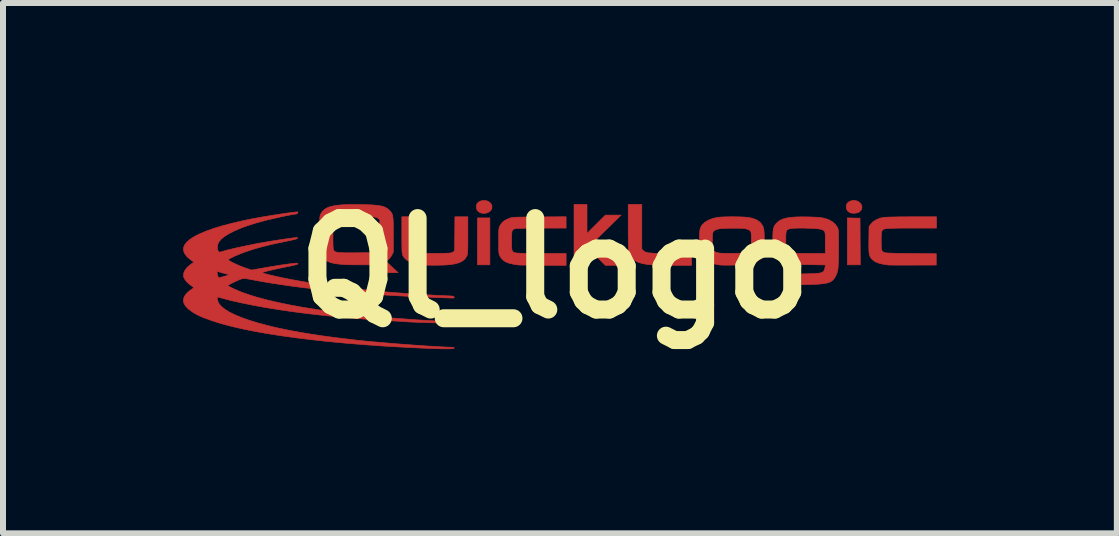
<source format=kicad_pcb>
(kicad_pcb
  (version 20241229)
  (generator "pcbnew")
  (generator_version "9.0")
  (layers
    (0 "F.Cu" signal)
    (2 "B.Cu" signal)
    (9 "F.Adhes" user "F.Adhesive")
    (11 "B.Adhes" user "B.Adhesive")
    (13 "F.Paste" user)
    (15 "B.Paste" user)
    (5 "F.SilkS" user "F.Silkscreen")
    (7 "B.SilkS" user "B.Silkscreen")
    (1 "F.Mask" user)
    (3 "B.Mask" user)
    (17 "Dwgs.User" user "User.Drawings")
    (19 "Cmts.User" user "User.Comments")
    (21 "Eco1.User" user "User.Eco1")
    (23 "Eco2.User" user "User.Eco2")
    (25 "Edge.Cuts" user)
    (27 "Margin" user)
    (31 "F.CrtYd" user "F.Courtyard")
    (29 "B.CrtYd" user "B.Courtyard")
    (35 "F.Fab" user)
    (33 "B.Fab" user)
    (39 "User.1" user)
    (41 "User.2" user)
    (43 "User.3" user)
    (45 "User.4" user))
  (footprint "Ql_logo"
    (layer "F.Cu")
    (at 5.944 0.668)
    (property "Reference" "Ql_logo" (at 0.25 0.75 0) (layer "F.SilkS") (effects (font (size 1.524 1.524) (thickness 0.3))))
    (attr through_hole)
    (fp_poly (pts (xy -0.832 0.694) (xy -1.039 0.694) (xy -1.039 -0.087) (xy -0.832 -0.087) (xy -0.832 0.694)) (stroke (width 0.01) (type solid)) (fill yes) (layer "F.Cu"))
    (fp_poly (pts (xy 5.229 -0.085) (xy 5.335 -0.083) (xy 5.337 0.305) (xy 5.34 0.694) (xy 5.123 0.694) (xy 5.123 -0.088) (xy 5.229 -0.085)) (stroke (width 0.01) (type solid)) (fill yes) (layer "F.Cu"))
    (fp_poly (pts (xy 0.786 0.171) (xy 0.939 0.018) (xy 1.092 -0.134) (xy 1.355 -0.134) (xy 1.148 0.068) (xy 0.941 0.27) (xy 1.158 0.487) (xy 1.374 0.703) (xy 1.092 0.703) (xy 0.939 0.55) (xy 0.786 0.397) (xy 0.786 0.703) (xy 0.57 0.703) (xy 0.57 -0.313) (xy 0.786 -0.313) (xy 0.786 0.171)) (stroke (width 0.01) (type solid)) (fill yes) (layer "F.Cu"))
    (fp_poly (pts (xy -0.882 -0.372) (xy -0.867 -0.366) (xy -0.828 -0.342) (xy -0.804 -0.307) (xy -0.797 -0.281) (xy -0.8 -0.244) (xy -0.817 -0.211) (xy -0.847 -0.186) (xy -0.885 -0.169) (xy -0.928 -0.162) (xy -0.974 -0.168) (xy -0.998 -0.176) (xy -1.023 -0.192) (xy -1.042 -0.211) (xy -1.054 -0.241) (xy -1.057 -0.278) (xy -1.051 -0.314) (xy -1.042 -0.331) (xy -1.014 -0.357) (xy -0.974 -0.373) (xy -0.928 -0.378) (xy -0.882 -0.372)) (stroke (width 0.01) (type solid)) (fill yes) (layer "F.Cu"))
    (fp_poly (pts (xy 5.291 -0.368) (xy 5.324 -0.348) (xy 5.349 -0.322) (xy 5.364 -0.291) (xy 5.368 -0.258) (xy 5.357 -0.224) (xy 5.331 -0.193) (xy 5.323 -0.186) (xy 5.293 -0.173) (xy 5.253 -0.166) (xy 5.211 -0.165) (xy 5.174 -0.172) (xy 5.165 -0.175) (xy 5.13 -0.201) (xy 5.11 -0.237) (xy 5.104 -0.273) (xy 5.111 -0.313) (xy 5.132 -0.343) (xy 5.164 -0.364) (xy 5.209 -0.378) (xy 5.252 -0.378) (xy 5.291 -0.368)) (stroke (width 0.01) (type solid)) (fill yes) (layer "F.Cu"))
    (fp_poly (pts (xy 1.699 0.432) (xy 1.725 0.458) (xy 1.739 0.469) (xy 1.755 0.479) (xy 1.777 0.487) (xy 1.806 0.493) (xy 1.843 0.497) (xy 1.891 0.501) (xy 1.951 0.503) (xy 2.024 0.505) (xy 2.113 0.505) (xy 2.2 0.505) (xy 2.527 0.505) (xy 2.527 0.703) (xy 2.214 0.702) (xy 2.105 0.701) (xy 2.008 0.699) (xy 1.924 0.697) (xy 1.856 0.693) (xy 1.804 0.689) (xy 1.796 0.688) (xy 1.709 0.673) (xy 1.639 0.652) (xy 1.582 0.622) (xy 1.538 0.584) (xy 1.537 0.583) (xy 1.522 0.566) (xy 1.51 0.549) (xy 1.5 0.53) (xy 1.492 0.509) (xy 1.485 0.482) (xy 1.481 0.448) (xy 1.477 0.405) (xy 1.475 0.352) (xy 1.474 0.286) (xy 1.473 0.205) (xy 1.473 0.108) (xy 1.473 0.066) (xy 1.473 -0.313) (xy 1.699 -0.313) (xy 1.699 0.432)) (stroke (width 0.01) (type solid)) (fill yes) (layer "F.Cu"))
    (fp_poly (pts (xy -2.083 0.175) (xy -2.083 0.255) (xy -2.083 0.319) (xy -2.082 0.369) (xy -2.081 0.405) (xy -2.079 0.431) (xy -2.077 0.449) (xy -2.073 0.46) (xy -2.069 0.468) (xy -2.067 0.47) (xy -2.052 0.481) (xy -2.032 0.489) (xy -2.006 0.495) (xy -1.97 0.5) (xy -1.924 0.503) (xy -1.864 0.504) (xy -1.789 0.504) (xy -1.719 0.504) (xy -1.644 0.503) (xy -1.586 0.502) (xy -1.542 0.5) (xy -1.509 0.499) (xy -1.486 0.496) (xy -1.47 0.493) (xy -1.459 0.489) (xy -1.449 0.483) (xy -1.446 0.481) (xy -1.42 0.461) (xy -1.417 0.177) (xy -1.415 -0.106) (xy -1.199 -0.106) (xy -1.199 0.202) (xy -1.199 0.287) (xy -1.199 0.356) (xy -1.2 0.41) (xy -1.201 0.452) (xy -1.203 0.484) (xy -1.205 0.507) (xy -1.208 0.525) (xy -1.212 0.538) (xy -1.216 0.548) (xy -1.244 0.592) (xy -1.284 0.628) (xy -1.337 0.656) (xy -1.405 0.676) (xy -1.479 0.689) (xy -1.53 0.694) (xy -1.595 0.698) (xy -1.669 0.7) (xy -1.747 0.701) (xy -1.824 0.701) (xy -1.896 0.699) (xy -1.957 0.696) (xy -1.994 0.692) (xy -2.083 0.676) (xy -2.157 0.65) (xy -2.217 0.616) (xy -2.261 0.574) (xy -2.282 0.539) (xy -2.286 0.527) (xy -2.29 0.513) (xy -2.293 0.494) (xy -2.296 0.47) (xy -2.297 0.437) (xy -2.298 0.393) (xy -2.299 0.336) (xy -2.299 0.265) (xy -2.299 0.197) (xy -2.299 -0.106) (xy -2.083 -0.106) (xy -2.083 0.175)) (stroke (width 0.01) (type solid)) (fill yes) (layer "F.Cu"))
    (fp_poly (pts (xy 6.609 0.082) (xy 6.204 0.082) (xy 6.084 0.082) (xy 5.982 0.083) (xy 5.899 0.085) (xy 5.834 0.086) (xy 5.788 0.089) (xy 5.761 0.092) (xy 5.757 0.093) (xy 5.733 0.1) (xy 5.715 0.11) (xy 5.702 0.124) (xy 5.694 0.146) (xy 5.69 0.18) (xy 5.688 0.226) (xy 5.688 0.284) (xy 5.688 0.335) (xy 5.689 0.381) (xy 5.691 0.418) (xy 5.693 0.442) (xy 5.694 0.447) (xy 5.705 0.466) (xy 5.727 0.484) (xy 5.729 0.485) (xy 5.737 0.488) (xy 5.749 0.492) (xy 5.766 0.494) (xy 5.789 0.497) (xy 5.82 0.499) (xy 5.862 0.5) (xy 5.915 0.502) (xy 5.981 0.503) (xy 6.063 0.504) (xy 6.161 0.505) (xy 6.181 0.505) (xy 6.605 0.51) (xy 6.605 0.698) (xy 6.219 0.699) (xy 6.135 0.699) (xy 6.055 0.699) (xy 5.983 0.699) (xy 5.92 0.699) (xy 5.868 0.698) (xy 5.831 0.698) (xy 5.809 0.697) (xy 5.805 0.697) (xy 5.725 0.685) (xy 5.662 0.671) (xy 5.611 0.654) (xy 5.572 0.633) (xy 5.54 0.606) (xy 5.533 0.599) (xy 5.517 0.58) (xy 5.504 0.561) (xy 5.495 0.539) (xy 5.488 0.512) (xy 5.484 0.477) (xy 5.482 0.432) (xy 5.481 0.373) (xy 5.482 0.3) (xy 5.482 0.273) (xy 5.485 0.056) (xy 5.515 0.015) (xy 5.552 -0.024) (xy 5.604 -0.057) (xy 5.665 -0.082) (xy 5.73 -0.097) (xy 5.753 -0.098) (xy 5.793 -0.1) (xy 5.847 -0.102) (xy 5.913 -0.103) (xy 5.988 -0.105) (xy 6.071 -0.105) (xy 6.158 -0.106) (xy 6.203 -0.106) (xy 6.609 -0.106) (xy 6.609 0.082)) (stroke (width 0.01) (type solid)) (fill yes) (layer "F.Cu"))
    (fp_poly (pts (xy 0.438 0.082) (xy 0.036 0.082) (xy -0.051 0.083) (xy -0.133 0.083) (xy -0.208 0.084) (xy -0.274 0.085) (xy -0.329 0.087) (xy -0.37 0.088) (xy -0.396 0.09) (xy -0.403 0.091) (xy -0.425 0.097) (xy -0.442 0.104) (xy -0.454 0.115) (xy -0.462 0.133) (xy -0.467 0.161) (xy -0.469 0.2) (xy -0.47 0.254) (xy -0.47 0.295) (xy -0.47 0.357) (xy -0.469 0.404) (xy -0.466 0.437) (xy -0.46 0.46) (xy -0.451 0.474) (xy -0.437 0.484) (xy -0.418 0.491) (xy -0.4 0.496) (xy -0.382 0.498) (xy -0.348 0.5) (xy -0.298 0.502) (xy -0.235 0.503) (xy -0.16 0.504) (xy -0.075 0.505) (xy 0.019 0.505) (xy 0.036 0.505) (xy 0.438 0.505) (xy 0.438 0.703) (xy 0.055 0.702) (xy -0.029 0.701) (xy -0.109 0.701) (xy -0.181 0.7) (xy -0.243 0.699) (xy -0.294 0.699) (xy -0.332 0.698) (xy -0.353 0.697) (xy -0.357 0.697) (xy -0.44 0.684) (xy -0.507 0.669) (xy -0.561 0.649) (xy -0.603 0.624) (xy -0.636 0.592) (xy -0.663 0.553) (xy -0.666 0.548) (xy -0.672 0.534) (xy -0.677 0.521) (xy -0.681 0.503) (xy -0.683 0.48) (xy -0.685 0.448) (xy -0.686 0.404) (xy -0.686 0.346) (xy -0.686 0.298) (xy -0.686 0.23) (xy -0.686 0.177) (xy -0.685 0.137) (xy -0.683 0.108) (xy -0.68 0.087) (xy -0.676 0.07) (xy -0.67 0.055) (xy -0.664 0.042) (xy -0.633 -0.005) (xy -0.591 -0.042) (xy -0.533 -0.071) (xy -0.513 -0.079) (xy -0.499 -0.084) (xy -0.484 -0.088) (xy -0.468 -0.092) (xy -0.45 -0.095) (xy -0.426 -0.097) (xy -0.395 -0.099) (xy -0.357 -0.1) (xy -0.307 -0.101) (xy -0.246 -0.102) (xy -0.171 -0.103) (xy -0.079 -0.104) (xy -0.006 -0.104) (xy 0.438 -0.107) (xy 0.438 0.082)) (stroke (width 0.01) (type solid)) (fill yes) (layer "F.Cu"))
    (fp_poly (pts (xy 3.311 -0.105) (xy 3.374 -0.103) (xy 3.428 -0.1) (xy 3.469 -0.096) (xy 3.473 -0.096) (xy 3.554 -0.078) (xy 3.622 -0.05) (xy 3.674 -0.01) (xy 3.711 0.039) (xy 3.727 0.079) (xy 3.733 0.109) (xy 3.737 0.153) (xy 3.739 0.206) (xy 3.74 0.264) (xy 3.74 0.326) (xy 3.738 0.386) (xy 3.735 0.441) (xy 3.731 0.488) (xy 3.725 0.522) (xy 3.72 0.539) (xy 3.681 0.59) (xy 3.626 0.633) (xy 3.557 0.666) (xy 3.506 0.682) (xy 3.482 0.686) (xy 3.442 0.689) (xy 3.391 0.693) (xy 3.332 0.695) (xy 3.268 0.698) (xy 3.203 0.699) (xy 3.141 0.7) (xy 3.084 0.7) (xy 3.037 0.699) (xy 3.003 0.697) (xy 2.997 0.697) (xy 2.9 0.678) (xy 2.82 0.651) (xy 2.755 0.615) (xy 2.707 0.569) (xy 2.682 0.531) (xy 2.674 0.513) (xy 2.668 0.497) (xy 2.663 0.478) (xy 2.661 0.455) (xy 2.659 0.422) (xy 2.658 0.378) (xy 2.658 0.319) (xy 2.658 0.307) (xy 2.658 0.299) (xy 2.875 0.299) (xy 2.875 0.359) (xy 2.877 0.404) (xy 2.882 0.435) (xy 2.891 0.456) (xy 2.906 0.471) (xy 2.927 0.481) (xy 2.955 0.49) (xy 2.975 0.495) (xy 3.001 0.499) (xy 3.034 0.501) (xy 3.079 0.503) (xy 3.137 0.503) (xy 3.21 0.503) (xy 3.218 0.503) (xy 3.288 0.502) (xy 3.342 0.501) (xy 3.382 0.5) (xy 3.412 0.498) (xy 3.433 0.495) (xy 3.45 0.491) (xy 3.463 0.485) (xy 3.473 0.48) (xy 3.498 0.464) (xy 3.515 0.449) (xy 3.518 0.444) (xy 3.52 0.429) (xy 3.522 0.4) (xy 3.523 0.359) (xy 3.524 0.311) (xy 3.524 0.288) (xy 3.524 0.233) (xy 3.523 0.194) (xy 3.521 0.168) (xy 3.518 0.15) (xy 3.513 0.138) (xy 3.505 0.129) (xy 3.502 0.126) (xy 3.483 0.111) (xy 3.455 0.1) (xy 3.418 0.091) (xy 3.369 0.086) (xy 3.306 0.084) (xy 3.228 0.084) (xy 3.18 0.084) (xy 3.11 0.086) (xy 3.056 0.088) (xy 3.015 0.091) (xy 2.985 0.095) (xy 2.961 0.101) (xy 2.947 0.105) (xy 2.921 0.116) (xy 2.902 0.127) (xy 2.889 0.143) (xy 2.881 0.166) (xy 2.877 0.198) (xy 2.875 0.244) (xy 2.875 0.299) (xy 2.658 0.299) (xy 2.659 0.234) (xy 2.661 0.176) (xy 2.665 0.131) (xy 2.671 0.096) (xy 2.681 0.069) (xy 2.693 0.045) (xy 2.705 0.028) (xy 2.75 -0.015) (xy 2.811 -0.051) (xy 2.884 -0.079) (xy 2.959 -0.096) (xy 2.994 -0.1) (xy 3.044 -0.103) (xy 3.105 -0.105) (xy 3.172 -0.106) (xy 3.242 -0.106) (xy 3.311 -0.105)) (stroke (width 0.01) (type solid)) (fill yes) (layer "F.Cu"))
    (fp_poly (pts (xy -2.981 -0.31) (xy -2.88 -0.307) (xy -2.796 -0.304) (xy -2.726 -0.298) (xy -2.669 -0.291) (xy -2.622 -0.281) (xy -2.584 -0.268) (xy -2.551 -0.251) (xy -2.524 -0.231) (xy -2.5 -0.208) (xy -2.484 -0.191) (xy -2.472 -0.174) (xy -2.462 -0.156) (xy -2.454 -0.135) (xy -2.449 -0.107) (xy -2.445 -0.072) (xy -2.442 -0.026) (xy -2.441 0.032) (xy -2.441 0.105) (xy -2.441 0.19) (xy -2.441 0.483) (xy -2.465 0.533) (xy -2.49 0.571) (xy -2.519 0.603) (xy -2.527 0.609) (xy -2.563 0.635) (xy -2.361 0.825) (xy -2.516 0.825) (xy -2.671 0.825) (xy -2.742 0.76) (xy -2.812 0.694) (xy -3.052 0.694) (xy -3.167 0.693) (xy -3.264 0.689) (xy -3.347 0.682) (xy -3.416 0.673) (xy -3.474 0.66) (xy -3.522 0.643) (xy -3.561 0.622) (xy -3.595 0.596) (xy -3.616 0.575) (xy -3.631 0.556) (xy -3.644 0.538) (xy -3.653 0.518) (xy -3.661 0.495) (xy -3.666 0.465) (xy -3.669 0.426) (xy -3.671 0.378) (xy -3.672 0.316) (xy -3.672 0.24) (xy -3.671 0.189) (xy -3.447 0.189) (xy -3.447 0.27) (xy -3.446 0.334) (xy -3.445 0.383) (xy -3.442 0.417) (xy -3.44 0.44) (xy -3.436 0.451) (xy -3.435 0.452) (xy -3.425 0.464) (xy -3.412 0.473) (xy -3.395 0.48) (xy -3.371 0.486) (xy -3.338 0.49) (xy -3.294 0.492) (xy -3.239 0.494) (xy -3.169 0.494) (xy -3.082 0.494) (xy -3.047 0.494) (xy -2.963 0.493) (xy -2.896 0.492) (xy -2.843 0.491) (xy -2.803 0.49) (xy -2.773 0.488) (xy -2.75 0.485) (xy -2.734 0.482) (xy -2.721 0.478) (xy -2.709 0.473) (xy -2.709 0.472) (xy -2.671 0.454) (xy -2.668 0.198) (xy -2.666 -0.057) (xy -2.69 -0.076) (xy -2.707 -0.087) (xy -2.728 -0.096) (xy -2.755 -0.103) (xy -2.791 -0.108) (xy -2.837 -0.111) (xy -2.896 -0.114) (xy -2.969 -0.115) (xy -3.059 -0.115) (xy -3.067 -0.115) (xy -3.156 -0.115) (xy -3.228 -0.114) (xy -3.286 -0.112) (xy -3.33 -0.109) (xy -3.365 -0.104) (xy -3.39 -0.098) (xy -3.41 -0.09) (xy -3.424 -0.079) (xy -3.428 -0.077) (xy -3.433 -0.07) (xy -3.438 -0.062) (xy -3.441 -0.051) (xy -3.444 -0.033) (xy -3.446 -0.007) (xy -3.446 0.031) (xy -3.447 0.081) (xy -3.447 0.146) (xy -3.447 0.189) (xy -3.671 0.189) (xy -3.671 0.167) (xy -3.67 0.085) (xy -3.669 0.021) (xy -3.668 -0.03) (xy -3.667 -0.068) (xy -3.665 -0.096) (xy -3.662 -0.117) (xy -3.659 -0.133) (xy -3.654 -0.146) (xy -3.648 -0.157) (xy -3.647 -0.16) (xy -3.624 -0.195) (xy -3.593 -0.225) (xy -3.555 -0.25) (xy -3.507 -0.271) (xy -3.448 -0.286) (xy -3.376 -0.298) (xy -3.291 -0.306) (xy -3.191 -0.31) (xy -3.075 -0.311) (xy -2.981 -0.31)) (stroke (width 0.01) (type solid)) (fill yes) (layer "F.Cu"))
    (fp_poly (pts (xy 4.472 -0.104) (xy 4.477 -0.104) (xy 4.557 -0.101) (xy 4.622 -0.098) (xy 4.675 -0.093) (xy 4.719 -0.086) (xy 4.758 -0.076) (xy 4.794 -0.064) (xy 4.827 -0.051) (xy 4.878 -0.02) (xy 4.924 0.021) (xy 4.957 0.067) (xy 4.962 0.078) (xy 4.967 0.089) (xy 4.97 0.103) (xy 4.973 0.122) (xy 4.975 0.147) (xy 4.976 0.181) (xy 4.977 0.225) (xy 4.977 0.283) (xy 4.977 0.356) (xy 4.977 0.421) (xy 4.977 0.517) (xy 4.976 0.598) (xy 4.974 0.663) (xy 4.971 0.717) (xy 4.967 0.76) (xy 4.961 0.796) (xy 4.953 0.826) (xy 4.943 0.853) (xy 4.93 0.879) (xy 4.92 0.898) (xy 4.898 0.931) (xy 4.873 0.957) (xy 4.842 0.977) (xy 4.803 0.993) (xy 4.754 1.004) (xy 4.692 1.012) (xy 4.616 1.018) (xy 4.547 1.02) (xy 4.361 1.026) (xy 4.361 0.846) (xy 4.514 0.842) (xy 4.585 0.84) (xy 4.64 0.835) (xy 4.68 0.828) (xy 4.709 0.817) (xy 4.729 0.801) (xy 4.741 0.778) (xy 4.749 0.749) (xy 4.752 0.733) (xy 4.758 0.696) (xy 4.468 0.691) (xy 4.38 0.69) (xy 4.309 0.688) (xy 4.252 0.686) (xy 4.208 0.683) (xy 4.173 0.68) (xy 4.146 0.676) (xy 4.125 0.672) (xy 4.122 0.671) (xy 4.047 0.646) (xy 3.99 0.618) (xy 3.949 0.587) (xy 3.928 0.567) (xy 3.913 0.548) (xy 3.901 0.527) (xy 3.894 0.501) (xy 3.889 0.468) (xy 3.886 0.424) (xy 3.884 0.366) (xy 3.883 0.325) (xy 3.883 0.294) (xy 4.098 0.294) (xy 4.098 0.351) (xy 4.099 0.393) (xy 4.1 0.421) (xy 4.103 0.44) (xy 4.107 0.452) (xy 4.114 0.46) (xy 4.116 0.463) (xy 4.131 0.474) (xy 4.15 0.483) (xy 4.175 0.49) (xy 4.208 0.496) (xy 4.25 0.5) (xy 4.305 0.502) (xy 4.374 0.504) (xy 4.459 0.505) (xy 4.49 0.505) (xy 4.756 0.505) (xy 4.756 0.323) (xy 4.756 0.258) (xy 4.756 0.21) (xy 4.754 0.174) (xy 4.749 0.15) (xy 4.742 0.134) (xy 4.731 0.123) (xy 4.716 0.114) (xy 4.695 0.106) (xy 4.689 0.104) (xy 4.665 0.098) (xy 4.625 0.093) (xy 4.574 0.089) (xy 4.514 0.086) (xy 4.449 0.084) (xy 4.384 0.082) (xy 4.321 0.082) (xy 4.264 0.084) (xy 4.216 0.086) (xy 4.181 0.09) (xy 4.175 0.091) (xy 4.149 0.098) (xy 4.129 0.106) (xy 4.115 0.119) (xy 4.106 0.139) (xy 4.101 0.169) (xy 4.098 0.211) (xy 4.098 0.268) (xy 4.098 0.294) (xy 3.883 0.294) (xy 3.882 0.246) (xy 3.883 0.183) (xy 3.886 0.133) (xy 3.891 0.094) (xy 3.901 0.063) (xy 3.913 0.037) (xy 3.931 0.014) (xy 3.946 -0.003) (xy 3.98 -0.032) (xy 4.019 -0.055) (xy 4.066 -0.074) (xy 4.121 -0.088) (xy 4.188 -0.097) (xy 4.267 -0.103) (xy 4.362 -0.105) (xy 4.472 -0.104)) (stroke (width 0.01) (type solid)) (fill yes) (layer "F.Cu"))
    (fp_poly (pts (xy -4.033 -0.187) (xy -4.033 -0.187) (xy -4.031 -0.174) (xy -4.04 -0.161) (xy -4.057 -0.153) (xy -4.061 -0.153) (xy -4.08 -0.151) (xy -4.115 -0.145) (xy -4.162 -0.136) (xy -4.219 -0.125) (xy -4.282 -0.112) (xy -4.349 -0.097) (xy -4.417 -0.082) (xy -4.482 -0.067) (xy -4.543 -0.053) (xy -4.592 -0.04) (xy -4.734 -0.001) (xy -4.864 0.04) (xy -4.982 0.083) (xy -5.085 0.128) (xy -5.174 0.172) (xy -5.247 0.217) (xy -5.304 0.262) (xy -5.342 0.306) (xy -5.344 0.307) (xy -5.366 0.353) (xy -5.374 0.401) (xy -5.368 0.444) (xy -5.362 0.457) (xy -5.347 0.479) (xy -5.331 0.483) (xy -5.33 0.483) (xy -5.21 0.449) (xy -5.073 0.416) (xy -4.922 0.383) (xy -4.761 0.35) (xy -4.591 0.319) (xy -4.416 0.29) (xy -4.238 0.263) (xy -4.195 0.257) (xy -4.137 0.249) (xy -4.095 0.244) (xy -4.066 0.241) (xy -4.049 0.24) (xy -4.039 0.242) (xy -4.036 0.245) (xy -4.035 0.25) (xy -4.041 0.256) (xy -4.06 0.264) (xy -4.092 0.273) (xy -4.14 0.284) (xy -4.205 0.298) (xy -4.233 0.304) (xy -4.374 0.333) (xy -4.499 0.361) (xy -4.611 0.389) (xy -4.713 0.417) (xy -4.808 0.445) (xy -4.898 0.476) (xy -4.919 0.483) (xy -4.97 0.502) (xy -5.022 0.524) (xy -5.073 0.545) (xy -5.118 0.566) (xy -5.155 0.585) (xy -5.181 0.599) (xy -5.192 0.608) (xy -5.186 0.616) (xy -5.167 0.63) (xy -5.135 0.648) (xy -5.094 0.668) (xy -5.047 0.69) (xy -4.997 0.712) (xy -4.945 0.732) (xy -4.897 0.75) (xy -4.895 0.75) (xy -4.804 0.781) (xy -4.608 0.747) (xy -4.528 0.733) (xy -4.462 0.722) (xy -4.405 0.713) (xy -4.353 0.704) (xy -4.3 0.696) (xy -4.242 0.688) (xy -4.177 0.679) (xy -4.121 0.672) (xy -4.081 0.668) (xy -4.055 0.666) (xy -4.039 0.668) (xy -4.032 0.672) (xy -4.03 0.678) (xy -4.038 0.684) (xy -4.063 0.693) (xy -4.105 0.703) (xy -4.165 0.716) (xy -4.207 0.725) (xy -4.284 0.74) (xy -4.358 0.756) (xy -4.428 0.772) (xy -4.491 0.786) (xy -4.544 0.799) (xy -4.586 0.81) (xy -4.614 0.819) (xy -4.625 0.824) (xy -4.62 0.829) (xy -4.597 0.837) (xy -4.56 0.847) (xy -4.511 0.86) (xy -4.451 0.874) (xy -4.382 0.89) (xy -4.307 0.906) (xy -4.244 0.919) (xy -4.041 0.958) (xy -3.821 0.995) (xy -3.587 1.03) (xy -3.34 1.063) (xy -3.083 1.094) (xy -2.819 1.122) (xy -2.548 1.147) (xy -2.328 1.164) (xy -2.26 1.169) (xy -2.184 1.174) (xy -2.102 1.18) (xy -2.017 1.185) (xy -1.931 1.19) (xy -1.848 1.195) (xy -1.768 1.2) (xy -1.696 1.204) (xy -1.633 1.207) (xy -1.582 1.209) (xy -1.546 1.211) (xy -1.533 1.211) (xy -1.482 1.213) (xy -1.449 1.217) (xy -1.43 1.225) (xy -1.425 1.236) (xy -1.432 1.246) (xy -1.446 1.248) (xy -1.468 1.248) (xy -1.506 1.246) (xy -1.558 1.245) (xy -1.62 1.242) (xy -1.691 1.24) (xy -1.767 1.237) (xy -1.845 1.233) (xy -1.924 1.23) (xy -1.999 1.227) (xy -2.07 1.224) (xy -2.132 1.221) (xy -2.149 1.221) (xy -2.383 1.209) (xy -2.62 1.195) (xy -2.858 1.178) (xy -3.095 1.16) (xy -3.327 1.139) (xy -3.553 1.118) (xy -3.77 1.094) (xy -3.975 1.07) (xy -4.165 1.045) (xy -4.294 1.026) (xy -4.38 1.013) (xy -4.451 1.002) (xy -4.51 0.993) (xy -4.559 0.985) (xy -4.604 0.977) (xy -4.646 0.97) (xy -4.689 0.962) (xy -4.736 0.953) (xy -4.741 0.952) (xy -4.806 0.94) (xy -4.855 0.931) (xy -4.892 0.925) (xy -4.919 0.922) (xy -4.94 0.922) (xy -4.958 0.925) (xy -4.974 0.93) (xy -4.994 0.937) (xy -4.997 0.939) (xy -5.036 0.955) (xy -5.078 0.974) (xy -5.118 0.994) (xy -5.154 1.012) (xy -5.18 1.027) (xy -5.195 1.037) (xy -5.197 1.04) (xy -5.189 1.047) (xy -5.167 1.06) (xy -5.136 1.076) (xy -5.105 1.091) (xy -4.989 1.142) (xy -4.855 1.19) (xy -4.703 1.237) (xy -4.534 1.282) (xy -4.348 1.325) (xy -4.147 1.366) (xy -3.931 1.405) (xy -3.701 1.442) (xy -3.456 1.476) (xy -3.198 1.508) (xy -2.927 1.538) (xy -2.644 1.565) (xy -2.349 1.589) (xy -2.044 1.611) (xy -1.728 1.629) (xy -1.721 1.63) (xy -1.651 1.634) (xy -1.586 1.637) (xy -1.53 1.641) (xy -1.485 1.644) (xy -1.452 1.647) (xy -1.436 1.649) (xy -1.435 1.649) (xy -1.427 1.657) (xy -1.431 1.663) (xy -1.442 1.664) (xy -1.469 1.665) (xy -1.51 1.665) (xy -1.564 1.665) (xy -1.627 1.664) (xy -1.698 1.662) (xy -1.774 1.66) (xy -1.852 1.658) (xy -1.931 1.655) (xy -2.009 1.653) (xy -2.083 1.65) (xy -2.15 1.647) (xy -2.209 1.644) (xy -2.257 1.641) (xy -2.285 1.639) (xy -2.313 1.637) (xy -2.355 1.634) (xy -2.408 1.631) (xy -2.467 1.628) (xy -2.52 1.625) (xy -2.793 1.608) (xy -3.063 1.588) (xy -3.329 1.565) (xy -3.589 1.539) (xy -3.843 1.51) (xy -4.088 1.479) (xy -4.324 1.445) (xy -4.549 1.409) (xy -4.761 1.371) (xy -4.959 1.331) (xy -5.142 1.29) (xy -5.307 1.247) (xy -5.356 1.233) (xy -5.37 1.23) (xy -5.375 1.236) (xy -5.375 1.253) (xy -5.373 1.267) (xy -5.364 1.3) (xy -5.348 1.335) (xy -5.343 1.343) (xy -5.303 1.39) (xy -5.244 1.437) (xy -5.168 1.484) (xy -5.075 1.529) (xy -4.966 1.574) (xy -4.841 1.618) (xy -4.701 1.661) (xy -4.547 1.703) (xy -4.379 1.743) (xy -4.199 1.781) (xy -4.006 1.817) (xy -3.801 1.851) (xy -3.585 1.883) (xy -3.359 1.913) (xy -3.33 1.916) (xy -3.274 1.923) (xy -3.223 1.929) (xy -3.18 1.934) (xy -3.149 1.938) (xy -3.137 1.94) (xy -3.076 1.947) (xy -3 1.955) (xy -2.911 1.964) (xy -2.812 1.974) (xy -2.703 1.983) (xy -2.588 1.993) (xy -2.468 2.003) (xy -2.346 2.013) (xy -2.223 2.022) (xy -2.101 2.031) (xy -1.984 2.039) (xy -1.872 2.047) (xy -1.768 2.053) (xy -1.674 2.059) (xy -1.592 2.063) (xy -1.524 2.066) (xy -1.472 2.067) (xy -1.462 2.067) (xy -1.436 2.069) (xy -1.425 2.077) (xy -1.425 2.081) (xy -1.43 2.086) (xy -1.448 2.09) (xy -1.479 2.093) (xy -1.523 2.094) (xy -1.582 2.094) (xy -1.656 2.093) (xy -1.747 2.09) (xy -1.854 2.086) (xy -1.98 2.081) (xy -1.994 2.08) (xy -2.321 2.064) (xy -2.639 2.045) (xy -2.947 2.023) (xy -3.243 1.999) (xy -3.528 1.972) (xy -3.8 1.942) (xy -4.059 1.911) (xy -4.303 1.877) (xy -4.534 1.841) (xy -4.749 1.803) (xy -4.948 1.763) (xy -5.131 1.721) (xy -5.297 1.677) (xy -5.444 1.631) (xy -5.477 1.62) (xy -5.557 1.591) (xy -5.623 1.566) (xy -5.678 1.542) (xy -5.726 1.517) (xy -5.772 1.49) (xy -5.798 1.473) (xy -5.861 1.425) (xy -5.906 1.377) (xy -5.932 1.329) (xy -5.939 1.28) (xy -5.927 1.232) (xy -5.923 1.223) (xy -5.901 1.191) (xy -5.869 1.156) (xy -5.831 1.123) (xy -5.795 1.097) (xy -5.786 1.092) (xy -5.77 1.08) (xy -5.767 1.071) (xy -5.767 1.071) (xy -5.779 1.062) (xy -5.801 1.046) (xy -5.826 1.028) (xy -5.873 0.988) (xy -5.909 0.945) (xy -5.932 0.902) (xy -5.936 0.886) (xy -5.935 0.841) (xy -5.931 0.829) (xy -5.376 0.829) (xy -5.373 0.851) (xy -5.366 0.876) (xy -5.358 0.898) (xy -5.35 0.909) (xy -5.349 0.91) (xy -5.338 0.907) (xy -5.313 0.901) (xy -5.278 0.892) (xy -5.259 0.887) (xy -5.212 0.873) (xy -5.183 0.863) (xy -5.17 0.857) (xy -5.174 0.854) (xy -5.184 0.853) (xy -5.202 0.851) (xy -5.231 0.844) (xy -5.268 0.834) (xy -5.282 0.83) (xy -5.324 0.818) (xy -5.351 0.81) (xy -5.366 0.808) (xy -5.373 0.812) (xy -5.376 0.82) (xy -5.376 0.829) (xy -5.931 0.829) (xy -5.917 0.793) (xy -5.884 0.746) (xy -5.835 0.701) (xy -5.807 0.68) (xy -5.763 0.65) (xy -5.824 0.605) (xy -5.88 0.557) (xy -5.917 0.508) (xy -5.936 0.46) (xy -5.937 0.412) (xy -5.919 0.364) (xy -5.883 0.317) (xy -5.829 0.27) (xy -5.757 0.223) (xy -5.667 0.178) (xy -5.56 0.133) (xy -5.435 0.088) (xy -5.293 0.045) (xy -5.133 0.003) (xy -4.957 -0.038) (xy -4.816 -0.068) (xy -4.757 -0.079) (xy -4.69 -0.091) (xy -4.617 -0.104) (xy -4.539 -0.117) (xy -4.46 -0.13) (xy -4.382 -0.142) (xy -4.306 -0.154) (xy -4.235 -0.164) (xy -4.171 -0.173) (xy -4.117 -0.18) (xy -4.075 -0.185) (xy -4.046 -0.188) (xy -4.033 -0.187)) (stroke (width 0.01) (type solid)) (fill yes) (layer "F.Cu"))
    (fp_poly (pts (xy -0.832 0.694) (xy -1.039 0.694) (xy -1.039 -0.087) (xy -0.832 -0.087) (xy -0.832 0.694)) (stroke (width 0.01) (type solid)) (fill yes) (layer "F.Mask"))
    (fp_poly (pts (xy 5.229 -0.085) (xy 5.335 -0.083) (xy 5.337 0.305) (xy 5.34 0.694) (xy 5.123 0.694) (xy 5.123 -0.088) (xy 5.229 -0.085)) (stroke (width 0.01) (type solid)) (fill yes) (layer "F.Mask"))
    (fp_poly (pts (xy 0.786 0.171) (xy 0.939 0.018) (xy 1.092 -0.134) (xy 1.355 -0.134) (xy 1.148 0.068) (xy 0.941 0.27) (xy 1.158 0.487) (xy 1.374 0.703) (xy 1.092 0.703) (xy 0.939 0.55) (xy 0.786 0.397) (xy 0.786 0.703) (xy 0.57 0.703) (xy 0.57 -0.313) (xy 0.786 -0.313) (xy 0.786 0.171)) (stroke (width 0.01) (type solid)) (fill yes) (layer "F.Mask"))
    (fp_poly (pts (xy -0.882 -0.372) (xy -0.867 -0.366) (xy -0.828 -0.342) (xy -0.804 -0.307) (xy -0.797 -0.281) (xy -0.8 -0.244) (xy -0.817 -0.211) (xy -0.847 -0.186) (xy -0.885 -0.169) (xy -0.928 -0.162) (xy -0.974 -0.168) (xy -0.998 -0.176) (xy -1.023 -0.192) (xy -1.042 -0.211) (xy -1.054 -0.241) (xy -1.057 -0.278) (xy -1.051 -0.314) (xy -1.042 -0.331) (xy -1.014 -0.357) (xy -0.974 -0.373) (xy -0.928 -0.378) (xy -0.882 -0.372)) (stroke (width 0.01) (type solid)) (fill yes) (layer "F.Mask"))
    (fp_poly (pts (xy 5.291 -0.368) (xy 5.324 -0.348) (xy 5.349 -0.322) (xy 5.364 -0.291) (xy 5.368 -0.258) (xy 5.357 -0.224) (xy 5.331 -0.193) (xy 5.323 -0.186) (xy 5.293 -0.173) (xy 5.253 -0.166) (xy 5.211 -0.165) (xy 5.174 -0.172) (xy 5.165 -0.175) (xy 5.13 -0.201) (xy 5.11 -0.237) (xy 5.104 -0.273) (xy 5.111 -0.313) (xy 5.132 -0.343) (xy 5.164 -0.364) (xy 5.209 -0.378) (xy 5.252 -0.378) (xy 5.291 -0.368)) (stroke (width 0.01) (type solid)) (fill yes) (layer "F.Mask"))
    (fp_poly (pts (xy 1.699 0.432) (xy 1.725 0.458) (xy 1.739 0.469) (xy 1.755 0.479) (xy 1.777 0.487) (xy 1.806 0.493) (xy 1.843 0.497) (xy 1.891 0.501) (xy 1.951 0.503) (xy 2.024 0.505) (xy 2.113 0.505) (xy 2.2 0.505) (xy 2.527 0.505) (xy 2.527 0.703) (xy 2.214 0.702) (xy 2.105 0.701) (xy 2.008 0.699) (xy 1.924 0.697) (xy 1.856 0.693) (xy 1.804 0.689) (xy 1.796 0.688) (xy 1.709 0.673) (xy 1.639 0.652) (xy 1.582 0.622) (xy 1.538 0.584) (xy 1.537 0.583) (xy 1.522 0.566) (xy 1.51 0.549) (xy 1.5 0.53) (xy 1.492 0.509) (xy 1.485 0.482) (xy 1.481 0.448) (xy 1.477 0.405) (xy 1.475 0.352) (xy 1.474 0.286) (xy 1.473 0.205) (xy 1.473 0.108) (xy 1.473 0.066) (xy 1.473 -0.313) (xy 1.699 -0.313) (xy 1.699 0.432)) (stroke (width 0.01) (type solid)) (fill yes) (layer "F.Mask"))
    (fp_poly (pts (xy -2.083 0.175) (xy -2.083 0.255) (xy -2.083 0.319) (xy -2.082 0.369) (xy -2.081 0.405) (xy -2.079 0.431) (xy -2.077 0.449) (xy -2.073 0.46) (xy -2.069 0.468) (xy -2.067 0.47) (xy -2.052 0.481) (xy -2.032 0.489) (xy -2.006 0.495) (xy -1.97 0.5) (xy -1.924 0.503) (xy -1.864 0.504) (xy -1.789 0.504) (xy -1.719 0.504) (xy -1.644 0.503) (xy -1.586 0.502) (xy -1.542 0.5) (xy -1.509 0.499) (xy -1.486 0.496) (xy -1.47 0.493) (xy -1.459 0.489) (xy -1.449 0.483) (xy -1.446 0.481) (xy -1.42 0.461) (xy -1.417 0.177) (xy -1.415 -0.106) (xy -1.199 -0.106) (xy -1.199 0.202) (xy -1.199 0.287) (xy -1.199 0.356) (xy -1.2 0.41) (xy -1.201 0.452) (xy -1.203 0.484) (xy -1.205 0.507) (xy -1.208 0.525) (xy -1.212 0.538) (xy -1.216 0.548) (xy -1.244 0.592) (xy -1.284 0.628) (xy -1.337 0.656) (xy -1.405 0.676) (xy -1.479 0.689) (xy -1.53 0.694) (xy -1.595 0.698) (xy -1.669 0.7) (xy -1.747 0.701) (xy -1.824 0.701) (xy -1.896 0.699) (xy -1.957 0.696) (xy -1.994 0.692) (xy -2.083 0.676) (xy -2.157 0.65) (xy -2.217 0.616) (xy -2.261 0.574) (xy -2.282 0.539) (xy -2.286 0.527) (xy -2.29 0.513) (xy -2.293 0.494) (xy -2.296 0.47) (xy -2.297 0.437) (xy -2.298 0.393) (xy -2.299 0.336) (xy -2.299 0.265) (xy -2.299 0.197) (xy -2.299 -0.106) (xy -2.083 -0.106) (xy -2.083 0.175)) (stroke (width 0.01) (type solid)) (fill yes) (layer "F.Mask"))
    (fp_poly (pts (xy 6.609 0.082) (xy 6.204 0.082) (xy 6.084 0.082) (xy 5.982 0.083) (xy 5.899 0.085) (xy 5.834 0.086) (xy 5.788 0.089) (xy 5.761 0.092) (xy 5.757 0.093) (xy 5.733 0.1) (xy 5.715 0.11) (xy 5.702 0.124) (xy 5.694 0.146) (xy 5.69 0.18) (xy 5.688 0.226) (xy 5.688 0.284) (xy 5.688 0.335) (xy 5.689 0.381) (xy 5.691 0.418) (xy 5.693 0.442) (xy 5.694 0.447) (xy 5.705 0.466) (xy 5.727 0.484) (xy 5.729 0.485) (xy 5.737 0.488) (xy 5.749 0.492) (xy 5.766 0.494) (xy 5.789 0.497) (xy 5.82 0.499) (xy 5.862 0.5) (xy 5.915 0.502) (xy 5.981 0.503) (xy 6.063 0.504) (xy 6.161 0.505) (xy 6.181 0.505) (xy 6.605 0.51) (xy 6.605 0.698) (xy 6.219 0.699) (xy 6.135 0.699) (xy 6.055 0.699) (xy 5.983 0.699) (xy 5.92 0.699) (xy 5.868 0.698) (xy 5.831 0.698) (xy 5.809 0.697) (xy 5.805 0.697) (xy 5.725 0.685) (xy 5.662 0.671) (xy 5.611 0.654) (xy 5.572 0.633) (xy 5.54 0.606) (xy 5.533 0.599) (xy 5.517 0.58) (xy 5.504 0.561) (xy 5.495 0.539) (xy 5.488 0.512) (xy 5.484 0.477) (xy 5.482 0.432) (xy 5.481 0.373) (xy 5.482 0.3) (xy 5.482 0.273) (xy 5.485 0.056) (xy 5.515 0.015) (xy 5.552 -0.024) (xy 5.604 -0.057) (xy 5.665 -0.082) (xy 5.73 -0.097) (xy 5.753 -0.098) (xy 5.793 -0.1) (xy 5.847 -0.102) (xy 5.913 -0.103) (xy 5.988 -0.105) (xy 6.071 -0.105) (xy 6.158 -0.106) (xy 6.203 -0.106) (xy 6.609 -0.106) (xy 6.609 0.082)) (stroke (width 0.01) (type solid)) (fill yes) (layer "F.Mask"))
    (fp_poly (pts (xy 0.438 0.082) (xy 0.036 0.082) (xy -0.051 0.083) (xy -0.133 0.083) (xy -0.208 0.084) (xy -0.274 0.085) (xy -0.329 0.087) (xy -0.37 0.088) (xy -0.396 0.09) (xy -0.403 0.091) (xy -0.425 0.097) (xy -0.442 0.104) (xy -0.454 0.115) (xy -0.462 0.133) (xy -0.467 0.161) (xy -0.469 0.2) (xy -0.47 0.254) (xy -0.47 0.295) (xy -0.47 0.357) (xy -0.469 0.404) (xy -0.466 0.437) (xy -0.46 0.46) (xy -0.451 0.474) (xy -0.437 0.484) (xy -0.418 0.491) (xy -0.4 0.496) (xy -0.382 0.498) (xy -0.348 0.5) (xy -0.298 0.502) (xy -0.235 0.503) (xy -0.16 0.504) (xy -0.075 0.505) (xy 0.019 0.505) (xy 0.036 0.505) (xy 0.438 0.505) (xy 0.438 0.703) (xy 0.055 0.702) (xy -0.029 0.701) (xy -0.109 0.701) (xy -0.181 0.7) (xy -0.243 0.699) (xy -0.294 0.699) (xy -0.332 0.698) (xy -0.353 0.697) (xy -0.357 0.697) (xy -0.44 0.684) (xy -0.507 0.669) (xy -0.561 0.649) (xy -0.603 0.624) (xy -0.636 0.592) (xy -0.663 0.553) (xy -0.666 0.548) (xy -0.672 0.534) (xy -0.677 0.521) (xy -0.681 0.503) (xy -0.683 0.48) (xy -0.685 0.448) (xy -0.686 0.404) (xy -0.686 0.346) (xy -0.686 0.298) (xy -0.686 0.23) (xy -0.686 0.177) (xy -0.685 0.137) (xy -0.683 0.108) (xy -0.68 0.087) (xy -0.676 0.07) (xy -0.67 0.055) (xy -0.664 0.042) (xy -0.633 -0.005) (xy -0.591 -0.042) (xy -0.533 -0.071) (xy -0.513 -0.079) (xy -0.499 -0.084) (xy -0.484 -0.088) (xy -0.468 -0.092) (xy -0.45 -0.095) (xy -0.426 -0.097) (xy -0.395 -0.099) (xy -0.357 -0.1) (xy -0.307 -0.101) (xy -0.246 -0.102) (xy -0.171 -0.103) (xy -0.079 -0.104) (xy -0.006 -0.104) (xy 0.438 -0.107) (xy 0.438 0.082)) (stroke (width 0.01) (type solid)) (fill yes) (layer "F.Mask"))
    (fp_poly (pts (xy 3.311 -0.105) (xy 3.374 -0.103) (xy 3.428 -0.1) (xy 3.469 -0.096) (xy 3.473 -0.096) (xy 3.554 -0.078) (xy 3.622 -0.05) (xy 3.674 -0.01) (xy 3.711 0.039) (xy 3.727 0.079) (xy 3.733 0.109) (xy 3.737 0.153) (xy 3.739 0.206) (xy 3.74 0.264) (xy 3.74 0.326) (xy 3.738 0.386) (xy 3.735 0.441) (xy 3.731 0.488) (xy 3.725 0.522) (xy 3.72 0.539) (xy 3.681 0.59) (xy 3.626 0.633) (xy 3.557 0.666) (xy 3.506 0.682) (xy 3.482 0.686) (xy 3.442 0.689) (xy 3.391 0.693) (xy 3.332 0.695) (xy 3.268 0.698) (xy 3.203 0.699) (xy 3.141 0.7) (xy 3.084 0.7) (xy 3.037 0.699) (xy 3.003 0.697) (xy 2.997 0.697) (xy 2.9 0.678) (xy 2.82 0.651) (xy 2.755 0.615) (xy 2.707 0.569) (xy 2.682 0.531) (xy 2.674 0.513) (xy 2.668 0.497) (xy 2.663 0.478) (xy 2.661 0.455) (xy 2.659 0.422) (xy 2.658 0.378) (xy 2.658 0.319) (xy 2.658 0.307) (xy 2.658 0.299) (xy 2.875 0.299) (xy 2.875 0.359) (xy 2.877 0.404) (xy 2.882 0.435) (xy 2.891 0.456) (xy 2.906 0.471) (xy 2.927 0.481) (xy 2.955 0.49) (xy 2.975 0.495) (xy 3.001 0.499) (xy 3.034 0.501) (xy 3.079 0.503) (xy 3.137 0.503) (xy 3.21 0.503) (xy 3.218 0.503) (xy 3.288 0.502) (xy 3.342 0.501) (xy 3.382 0.5) (xy 3.412 0.498) (xy 3.433 0.495) (xy 3.45 0.491) (xy 3.463 0.485) (xy 3.473 0.48) (xy 3.498 0.464) (xy 3.515 0.449) (xy 3.518 0.444) (xy 3.52 0.429) (xy 3.522 0.4) (xy 3.523 0.359) (xy 3.524 0.311) (xy 3.524 0.288) (xy 3.524 0.233) (xy 3.523 0.194) (xy 3.521 0.168) (xy 3.518 0.15) (xy 3.513 0.138) (xy 3.505 0.129) (xy 3.502 0.126) (xy 3.483 0.111) (xy 3.455 0.1) (xy 3.418 0.091) (xy 3.369 0.086) (xy 3.306 0.084) (xy 3.228 0.084) (xy 3.18 0.084) (xy 3.11 0.086) (xy 3.056 0.088) (xy 3.015 0.091) (xy 2.985 0.095) (xy 2.961 0.101) (xy 2.947 0.105) (xy 2.921 0.116) (xy 2.902 0.127) (xy 2.889 0.143) (xy 2.881 0.166) (xy 2.877 0.198) (xy 2.875 0.244) (xy 2.875 0.299) (xy 2.658 0.299) (xy 2.659 0.234) (xy 2.661 0.176) (xy 2.665 0.131) (xy 2.671 0.096) (xy 2.681 0.069) (xy 2.693 0.045) (xy 2.705 0.028) (xy 2.75 -0.015) (xy 2.811 -0.051) (xy 2.884 -0.079) (xy 2.959 -0.096) (xy 2.994 -0.1) (xy 3.044 -0.103) (xy 3.105 -0.105) (xy 3.172 -0.106) (xy 3.242 -0.106) (xy 3.311 -0.105)) (stroke (width 0.01) (type solid)) (fill yes) (layer "F.Mask"))
    (fp_poly (pts (xy -2.981 -0.31) (xy -2.88 -0.307) (xy -2.796 -0.304) (xy -2.726 -0.298) (xy -2.669 -0.291) (xy -2.622 -0.281) (xy -2.584 -0.268) (xy -2.551 -0.251) (xy -2.524 -0.231) (xy -2.5 -0.208) (xy -2.484 -0.191) (xy -2.472 -0.174) (xy -2.462 -0.156) (xy -2.454 -0.135) (xy -2.449 -0.107) (xy -2.445 -0.072) (xy -2.442 -0.026) (xy -2.441 0.032) (xy -2.441 0.105) (xy -2.441 0.19) (xy -2.441 0.483) (xy -2.465 0.533) (xy -2.49 0.571) (xy -2.519 0.603) (xy -2.527 0.609) (xy -2.563 0.635) (xy -2.361 0.825) (xy -2.516 0.825) (xy -2.671 0.825) (xy -2.742 0.76) (xy -2.812 0.694) (xy -3.052 0.694) (xy -3.167 0.693) (xy -3.264 0.689) (xy -3.347 0.682) (xy -3.416 0.673) (xy -3.474 0.66) (xy -3.522 0.643) (xy -3.561 0.622) (xy -3.595 0.596) (xy -3.616 0.575) (xy -3.631 0.556) (xy -3.644 0.538) (xy -3.653 0.518) (xy -3.661 0.495) (xy -3.666 0.465) (xy -3.669 0.426) (xy -3.671 0.378) (xy -3.672 0.316) (xy -3.672 0.24) (xy -3.671 0.189) (xy -3.447 0.189) (xy -3.447 0.27) (xy -3.446 0.334) (xy -3.445 0.383) (xy -3.442 0.417) (xy -3.44 0.44) (xy -3.436 0.451) (xy -3.435 0.452) (xy -3.425 0.464) (xy -3.412 0.473) (xy -3.395 0.48) (xy -3.371 0.486) (xy -3.338 0.49) (xy -3.294 0.492) (xy -3.239 0.494) (xy -3.169 0.494) (xy -3.082 0.494) (xy -3.047 0.494) (xy -2.963 0.493) (xy -2.896 0.492) (xy -2.843 0.491) (xy -2.803 0.49) (xy -2.773 0.488) (xy -2.75 0.485) (xy -2.734 0.482) (xy -2.721 0.478) (xy -2.709 0.473) (xy -2.709 0.472) (xy -2.671 0.454) (xy -2.668 0.198) (xy -2.666 -0.057) (xy -2.69 -0.076) (xy -2.707 -0.087) (xy -2.728 -0.096) (xy -2.755 -0.103) (xy -2.791 -0.108) (xy -2.837 -0.111) (xy -2.896 -0.114) (xy -2.969 -0.115) (xy -3.059 -0.115) (xy -3.067 -0.115) (xy -3.156 -0.115) (xy -3.228 -0.114) (xy -3.286 -0.112) (xy -3.33 -0.109) (xy -3.365 -0.104) (xy -3.39 -0.098) (xy -3.41 -0.09) (xy -3.424 -0.079) (xy -3.428 -0.077) (xy -3.433 -0.07) (xy -3.438 -0.062) (xy -3.441 -0.051) (xy -3.444 -0.033) (xy -3.446 -0.007) (xy -3.446 0.031) (xy -3.447 0.081) (xy -3.447 0.146) (xy -3.447 0.189) (xy -3.671 0.189) (xy -3.671 0.167) (xy -3.67 0.085) (xy -3.669 0.021) (xy -3.668 -0.03) (xy -3.667 -0.068) (xy -3.665 -0.096) (xy -3.662 -0.117) (xy -3.659 -0.133) (xy -3.654 -0.146) (xy -3.648 -0.157) (xy -3.647 -0.16) (xy -3.624 -0.195) (xy -3.593 -0.225) (xy -3.555 -0.25) (xy -3.507 -0.271) (xy -3.448 -0.286) (xy -3.376 -0.298) (xy -3.291 -0.306) (xy -3.191 -0.31) (xy -3.075 -0.311) (xy -2.981 -0.31)) (stroke (width 0.01) (type solid)) (fill yes) (layer "F.Mask"))
    (fp_poly (pts (xy 4.472 -0.104) (xy 4.477 -0.104) (xy 4.557 -0.101) (xy 4.622 -0.098) (xy 4.675 -0.093) (xy 4.719 -0.086) (xy 4.758 -0.076) (xy 4.794 -0.064) (xy 4.827 -0.051) (xy 4.878 -0.02) (xy 4.924 0.021) (xy 4.957 0.067) (xy 4.962 0.078) (xy 4.967 0.089) (xy 4.97 0.103) (xy 4.973 0.122) (xy 4.975 0.147) (xy 4.976 0.181) (xy 4.977 0.225) (xy 4.977 0.283) (xy 4.977 0.356) (xy 4.977 0.421) (xy 4.977 0.517) (xy 4.976 0.598) (xy 4.974 0.663) (xy 4.971 0.717) (xy 4.967 0.76) (xy 4.961 0.796) (xy 4.953 0.826) (xy 4.943 0.853) (xy 4.93 0.879) (xy 4.92 0.898) (xy 4.898 0.931) (xy 4.873 0.957) (xy 4.842 0.977) (xy 4.803 0.993) (xy 4.754 1.004) (xy 4.692 1.012) (xy 4.616 1.018) (xy 4.547 1.02) (xy 4.361 1.026) (xy 4.361 0.846) (xy 4.514 0.842) (xy 4.585 0.84) (xy 4.64 0.835) (xy 4.68 0.828) (xy 4.709 0.817) (xy 4.729 0.801) (xy 4.741 0.778) (xy 4.749 0.749) (xy 4.752 0.733) (xy 4.758 0.696) (xy 4.468 0.691) (xy 4.38 0.69) (xy 4.309 0.688) (xy 4.252 0.686) (xy 4.208 0.683) (xy 4.173 0.68) (xy 4.146 0.676) (xy 4.125 0.672) (xy 4.122 0.671) (xy 4.047 0.646) (xy 3.99 0.618) (xy 3.949 0.587) (xy 3.928 0.567) (xy 3.913 0.548) (xy 3.901 0.527) (xy 3.894 0.501) (xy 3.889 0.468) (xy 3.886 0.424) (xy 3.884 0.366) (xy 3.883 0.325) (xy 3.883 0.294) (xy 4.098 0.294) (xy 4.098 0.351) (xy 4.099 0.393) (xy 4.1 0.421) (xy 4.103 0.44) (xy 4.107 0.452) (xy 4.114 0.46) (xy 4.116 0.463) (xy 4.131 0.474) (xy 4.15 0.483) (xy 4.175 0.49) (xy 4.208 0.496) (xy 4.25 0.5) (xy 4.305 0.502) (xy 4.374 0.504) (xy 4.459 0.505) (xy 4.49 0.505) (xy 4.756 0.505) (xy 4.756 0.323) (xy 4.756 0.258) (xy 4.756 0.21) (xy 4.754 0.174) (xy 4.749 0.15) (xy 4.742 0.134) (xy 4.731 0.123) (xy 4.716 0.114) (xy 4.695 0.106) (xy 4.689 0.104) (xy 4.665 0.098) (xy 4.625 0.093) (xy 4.574 0.089) (xy 4.514 0.086) (xy 4.449 0.084) (xy 4.384 0.082) (xy 4.321 0.082) (xy 4.264 0.084) (xy 4.216 0.086) (xy 4.181 0.09) (xy 4.175 0.091) (xy 4.149 0.098) (xy 4.129 0.106) (xy 4.115 0.119) (xy 4.106 0.139) (xy 4.101 0.169) (xy 4.098 0.211) (xy 4.098 0.268) (xy 4.098 0.294) (xy 3.883 0.294) (xy 3.882 0.246) (xy 3.883 0.183) (xy 3.886 0.133) (xy 3.891 0.094) (xy 3.901 0.063) (xy 3.913 0.037) (xy 3.931 0.014) (xy 3.946 -0.003) (xy 3.98 -0.032) (xy 4.019 -0.055) (xy 4.066 -0.074) (xy 4.121 -0.088) (xy 4.188 -0.097) (xy 4.267 -0.103) (xy 4.362 -0.105) (xy 4.472 -0.104)) (stroke (width 0.01) (type solid)) (fill yes) (layer "F.Mask"))
    (fp_poly (pts (xy -4.033 -0.187) (xy -4.033 -0.187) (xy -4.031 -0.174) (xy -4.04 -0.161) (xy -4.057 -0.153) (xy -4.061 -0.153) (xy -4.08 -0.151) (xy -4.115 -0.145) (xy -4.162 -0.136) (xy -4.219 -0.125) (xy -4.282 -0.112) (xy -4.349 -0.097) (xy -4.417 -0.082) (xy -4.482 -0.067) (xy -4.543 -0.053) (xy -4.592 -0.04) (xy -4.734 -0.001) (xy -4.864 0.04) (xy -4.982 0.083) (xy -5.085 0.128) (xy -5.174 0.172) (xy -5.247 0.217) (xy -5.304 0.262) (xy -5.342 0.306) (xy -5.344 0.307) (xy -5.366 0.353) (xy -5.374 0.401) (xy -5.368 0.444) (xy -5.362 0.457) (xy -5.347 0.479) (xy -5.331 0.483) (xy -5.33 0.483) (xy -5.21 0.449) (xy -5.073 0.416) (xy -4.922 0.383) (xy -4.761 0.35) (xy -4.591 0.319) (xy -4.416 0.29) (xy -4.238 0.263) (xy -4.195 0.257) (xy -4.137 0.249) (xy -4.095 0.244) (xy -4.066 0.241) (xy -4.049 0.24) (xy -4.039 0.242) (xy -4.036 0.245) (xy -4.035 0.25) (xy -4.041 0.256) (xy -4.06 0.264) (xy -4.092 0.273) (xy -4.14 0.284) (xy -4.205 0.298) (xy -4.233 0.304) (xy -4.374 0.333) (xy -4.499 0.361) (xy -4.611 0.389) (xy -4.713 0.417) (xy -4.808 0.445) (xy -4.898 0.476) (xy -4.919 0.483) (xy -4.97 0.502) (xy -5.022 0.524) (xy -5.073 0.545) (xy -5.118 0.566) (xy -5.155 0.585) (xy -5.181 0.599) (xy -5.192 0.608) (xy -5.186 0.616) (xy -5.167 0.63) (xy -5.135 0.648) (xy -5.094 0.668) (xy -5.047 0.69) (xy -4.997 0.712) (xy -4.945 0.732) (xy -4.897 0.75) (xy -4.895 0.75) (xy -4.804 0.781) (xy -4.608 0.747) (xy -4.528 0.733) (xy -4.462 0.722) (xy -4.405 0.713) (xy -4.353 0.704) (xy -4.3 0.696) (xy -4.242 0.688) (xy -4.177 0.679) (xy -4.121 0.672) (xy -4.081 0.668) (xy -4.055 0.666) (xy -4.039 0.668) (xy -4.032 0.672) (xy -4.03 0.678) (xy -4.038 0.684) (xy -4.063 0.693) (xy -4.105 0.703) (xy -4.165 0.716) (xy -4.207 0.725) (xy -4.284 0.74) (xy -4.358 0.756) (xy -4.428 0.772) (xy -4.491 0.786) (xy -4.544 0.799) (xy -4.586 0.81) (xy -4.614 0.819) (xy -4.625 0.824) (xy -4.62 0.829) (xy -4.597 0.837) (xy -4.56 0.847) (xy -4.511 0.86) (xy -4.451 0.874) (xy -4.382 0.89) (xy -4.307 0.906) (xy -4.244 0.919) (xy -4.041 0.958) (xy -3.821 0.995) (xy -3.587 1.03) (xy -3.34 1.063) (xy -3.083 1.094) (xy -2.819 1.122) (xy -2.548 1.147) (xy -2.328 1.164) (xy -2.26 1.169) (xy -2.184 1.174) (xy -2.102 1.18) (xy -2.017 1.185) (xy -1.931 1.19) (xy -1.848 1.195) (xy -1.768 1.2) (xy -1.696 1.204) (xy -1.633 1.207) (xy -1.582 1.209) (xy -1.546 1.211) (xy -1.533 1.211) (xy -1.482 1.213) (xy -1.449 1.217) (xy -1.43 1.225) (xy -1.425 1.236) (xy -1.432 1.246) (xy -1.446 1.248) (xy -1.468 1.248) (xy -1.506 1.246) (xy -1.558 1.245) (xy -1.62 1.242) (xy -1.691 1.24) (xy -1.767 1.237) (xy -1.845 1.233) (xy -1.924 1.23) (xy -1.999 1.227) (xy -2.07 1.224) (xy -2.132 1.221) (xy -2.149 1.221) (xy -2.383 1.209) (xy -2.62 1.195) (xy -2.858 1.178) (xy -3.095 1.16) (xy -3.327 1.139) (xy -3.553 1.118) (xy -3.77 1.094) (xy -3.975 1.07) (xy -4.165 1.045) (xy -4.294 1.026) (xy -4.38 1.013) (xy -4.451 1.002) (xy -4.51 0.993) (xy -4.559 0.985) (xy -4.604 0.977) (xy -4.646 0.97) (xy -4.689 0.962) (xy -4.736 0.953) (xy -4.741 0.952) (xy -4.806 0.94) (xy -4.855 0.931) (xy -4.892 0.925) (xy -4.919 0.922) (xy -4.94 0.922) (xy -4.958 0.925) (xy -4.974 0.93) (xy -4.994 0.937) (xy -4.997 0.939) (xy -5.036 0.955) (xy -5.078 0.974) (xy -5.118 0.994) (xy -5.154 1.012) (xy -5.18 1.027) (xy -5.195 1.037) (xy -5.197 1.04) (xy -5.189 1.047) (xy -5.167 1.06) (xy -5.136 1.076) (xy -5.105 1.091) (xy -4.989 1.142) (xy -4.855 1.19) (xy -4.703 1.237) (xy -4.534 1.282) (xy -4.348 1.325) (xy -4.147 1.366) (xy -3.931 1.405) (xy -3.701 1.442) (xy -3.456 1.476) (xy -3.198 1.508) (xy -2.927 1.538) (xy -2.644 1.565) (xy -2.349 1.589) (xy -2.044 1.611) (xy -1.728 1.629) (xy -1.721 1.63) (xy -1.651 1.634) (xy -1.586 1.637) (xy -1.53 1.641) (xy -1.485 1.644) (xy -1.452 1.647) (xy -1.436 1.649) (xy -1.435 1.649) (xy -1.427 1.657) (xy -1.431 1.663) (xy -1.442 1.664) (xy -1.469 1.665) (xy -1.51 1.665) (xy -1.564 1.665) (xy -1.627 1.664) (xy -1.698 1.662) (xy -1.774 1.66) (xy -1.852 1.658) (xy -1.931 1.655) (xy -2.009 1.653) (xy -2.083 1.65) (xy -2.15 1.647) (xy -2.209 1.644) (xy -2.257 1.641) (xy -2.285 1.639) (xy -2.313 1.637) (xy -2.355 1.634) (xy -2.408 1.631) (xy -2.467 1.628) (xy -2.52 1.625) (xy -2.793 1.608) (xy -3.063 1.588) (xy -3.329 1.565) (xy -3.589 1.539) (xy -3.843 1.51) (xy -4.088 1.479) (xy -4.324 1.445) (xy -4.549 1.409) (xy -4.761 1.371) (xy -4.959 1.331) (xy -5.142 1.29) (xy -5.307 1.247) (xy -5.356 1.233) (xy -5.37 1.23) (xy -5.375 1.236) (xy -5.375 1.253) (xy -5.373 1.267) (xy -5.364 1.3) (xy -5.348 1.335) (xy -5.343 1.343) (xy -5.303 1.39) (xy -5.244 1.437) (xy -5.168 1.484) (xy -5.075 1.529) (xy -4.966 1.574) (xy -4.841 1.618) (xy -4.701 1.661) (xy -4.547 1.703) (xy -4.379 1.743) (xy -4.199 1.781) (xy -4.006 1.817) (xy -3.801 1.851) (xy -3.585 1.883) (xy -3.359 1.913) (xy -3.33 1.916) (xy -3.274 1.923) (xy -3.223 1.929) (xy -3.18 1.934) (xy -3.149 1.938) (xy -3.137 1.94) (xy -3.076 1.947) (xy -3 1.955) (xy -2.911 1.964) (xy -2.812 1.974) (xy -2.703 1.983) (xy -2.588 1.993) (xy -2.468 2.003) (xy -2.346 2.013) (xy -2.223 2.022) (xy -2.101 2.031) (xy -1.984 2.039) (xy -1.872 2.047) (xy -1.768 2.053) (xy -1.674 2.059) (xy -1.592 2.063) (xy -1.524 2.066) (xy -1.472 2.067) (xy -1.462 2.067) (xy -1.436 2.069) (xy -1.425 2.077) (xy -1.425 2.081) (xy -1.43 2.086) (xy -1.448 2.09) (xy -1.479 2.093) (xy -1.523 2.094) (xy -1.582 2.094) (xy -1.656 2.093) (xy -1.747 2.09) (xy -1.854 2.086) (xy -1.98 2.081) (xy -1.994 2.08) (xy -2.321 2.064) (xy -2.639 2.045) (xy -2.947 2.023) (xy -3.243 1.999) (xy -3.528 1.972) (xy -3.8 1.942) (xy -4.059 1.911) (xy -4.303 1.877) (xy -4.534 1.841) (xy -4.749 1.803) (xy -4.948 1.763) (xy -5.131 1.721) (xy -5.297 1.677) (xy -5.444 1.631) (xy -5.477 1.62) (xy -5.557 1.591) (xy -5.623 1.566) (xy -5.678 1.542) (xy -5.726 1.517) (xy -5.772 1.49) (xy -5.798 1.473) (xy -5.861 1.425) (xy -5.906 1.377) (xy -5.932 1.329) (xy -5.939 1.28) (xy -5.927 1.232) (xy -5.923 1.223) (xy -5.901 1.191) (xy -5.869 1.156) (xy -5.831 1.123) (xy -5.795 1.097) (xy -5.786 1.092) (xy -5.77 1.08) (xy -5.767 1.071) (xy -5.767 1.071) (xy -5.779 1.062) (xy -5.801 1.046) (xy -5.826 1.028) (xy -5.873 0.988) (xy -5.909 0.945) (xy -5.932 0.902) (xy -5.936 0.886) (xy -5.935 0.841) (xy -5.931 0.829) (xy -5.376 0.829) (xy -5.373 0.851) (xy -5.366 0.876) (xy -5.358 0.898) (xy -5.35 0.909) (xy -5.349 0.91) (xy -5.338 0.907) (xy -5.313 0.901) (xy -5.278 0.892) (xy -5.259 0.887) (xy -5.212 0.873) (xy -5.183 0.863) (xy -5.17 0.857) (xy -5.174 0.854) (xy -5.184 0.853) (xy -5.202 0.851) (xy -5.231 0.844) (xy -5.268 0.834) (xy -5.282 0.83) (xy -5.324 0.818) (xy -5.351 0.81) (xy -5.366 0.808) (xy -5.373 0.812) (xy -5.376 0.82) (xy -5.376 0.829) (xy -5.931 0.829) (xy -5.917 0.793) (xy -5.884 0.746) (xy -5.835 0.701) (xy -5.807 0.68) (xy -5.763 0.65) (xy -5.824 0.605) (xy -5.88 0.557) (xy -5.917 0.508) (xy -5.936 0.46) (xy -5.937 0.412) (xy -5.919 0.364) (xy -5.883 0.317) (xy -5.829 0.27) (xy -5.757 0.223) (xy -5.667 0.178) (xy -5.56 0.133) (xy -5.435 0.088) (xy -5.293 0.045) (xy -5.133 0.003) (xy -4.957 -0.038) (xy -4.816 -0.068) (xy -4.757 -0.079) (xy -4.69 -0.091) (xy -4.617 -0.104) (xy -4.539 -0.117) (xy -4.46 -0.13) (xy -4.382 -0.142) (xy -4.306 -0.154) (xy -4.235 -0.164) (xy -4.171 -0.173) (xy -4.117 -0.18) (xy -4.075 -0.185) (xy -4.046 -0.188) (xy -4.033 -0.187)) (stroke (width 0.01) (type solid)) (fill yes) (layer "F.Mask")))
  (gr_rect
    (start -3 -3)
    (end 15.558 5.836)
    (stroke (width 0.1) (type default))
    (fill no)
    (layer "Edge.Cuts")))
</source>
